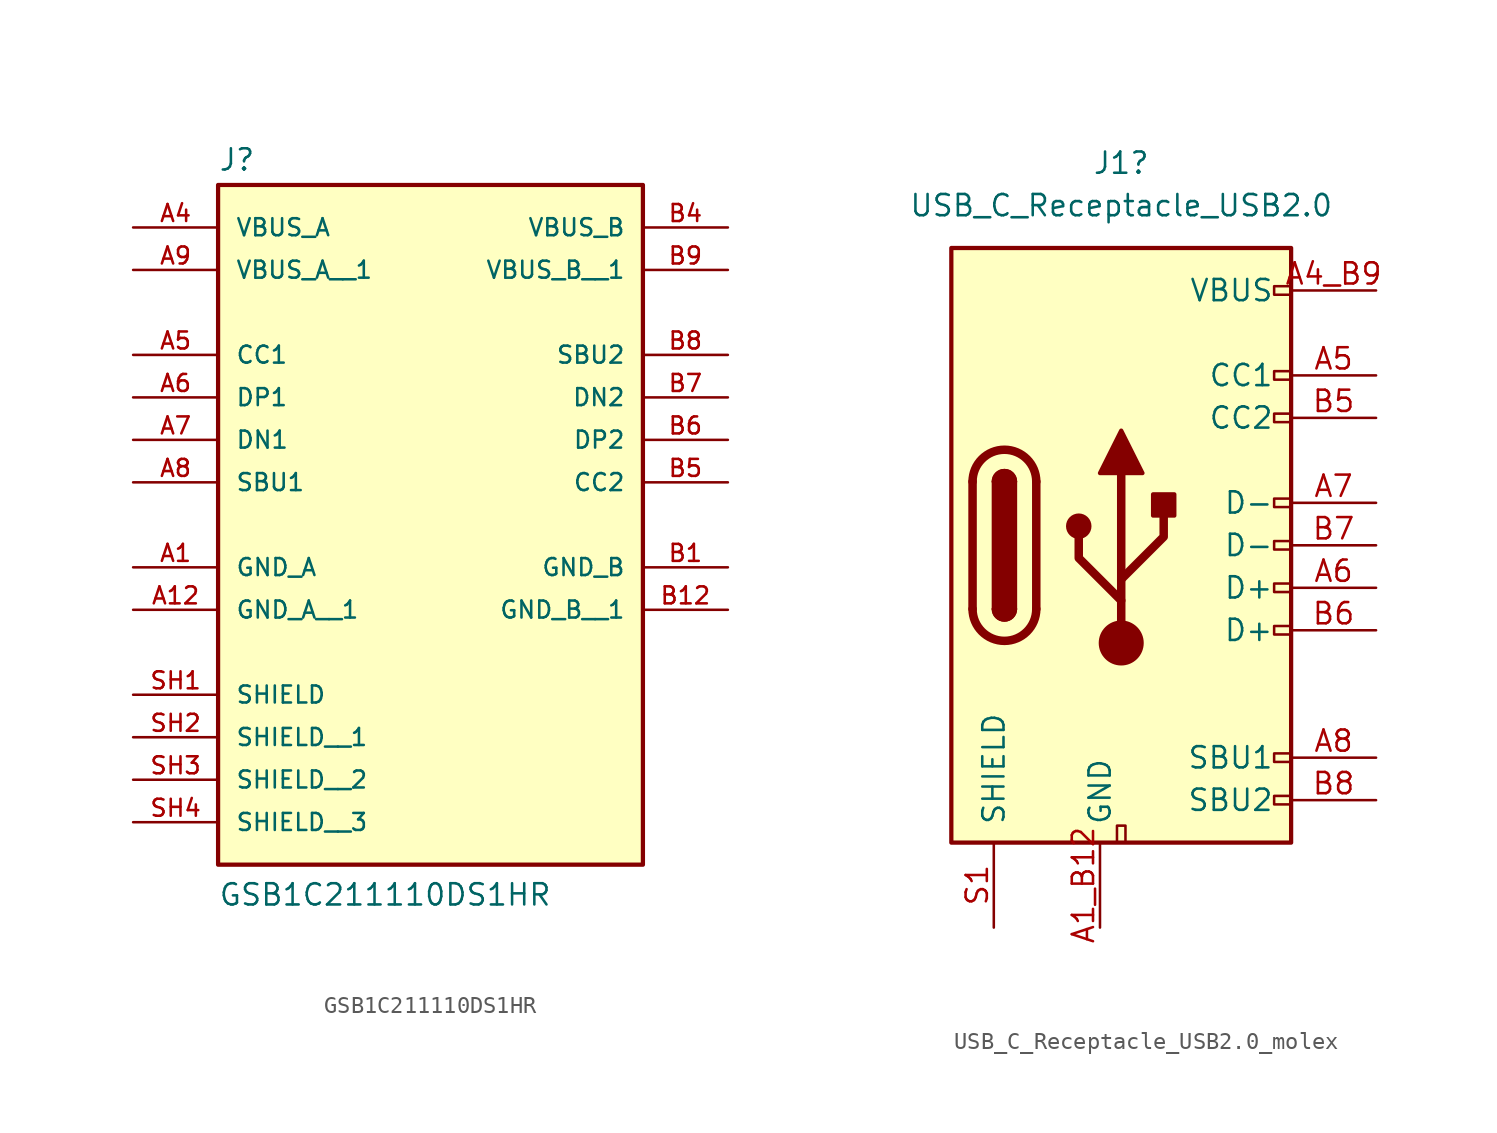
<source format=kicad_sym>
(kicad_symbol_lib
  (version 20220914)
  (generator kicad_symbol_editor)
  (symbol "GSB1C211110DS1HR"
    (pin_names
      (offset 1.016))
    (property "Reference" "J"
      (at -12.7 13.462 0)
      (effects (font (size 1.27 1.27)) (justify left bottom)))
    (property "Value" "GSB1C211110DS1HR"
      (at -12.7 -30.48 0)
      (effects (font (size 1.27 1.27)) (justify left bottom)))
    (symbol "GSB1C211110DS1HR_0_0"
      (rectangle (start -12.7 -27.94) (end 12.7 12.7) (stroke (width 0.254) (type default)) (fill (type background)))
      (pin power_in line (at -17.78 -10.16 0) (length 5.08) (name "GND_A" (effects (font (size 1.016 1.016)))) (number "A1" (effects (font (size 1.016 1.016)))))
      (pin power_in line (at -17.78 -12.7 0) (length 5.08) (name "GND_A__1" (effects (font (size 1.016 1.016)))) (number "A12" (effects (font (size 1.016 1.016)))))
      (pin power_in line (at -17.78 10.16 0) (length 5.08) (name "VBUS_A" (effects (font (size 1.016 1.016)))) (number "A4" (effects (font (size 1.016 1.016)))))
      (pin bidirectional line (at -17.78 2.54 0) (length 5.08) (name "CC1" (effects (font (size 1.016 1.016)))) (number "A5" (effects (font (size 1.016 1.016)))))
      (pin bidirectional line (at -17.78 0 0) (length 5.08) (name "DP1" (effects (font (size 1.016 1.016)))) (number "A6" (effects (font (size 1.016 1.016)))))
      (pin bidirectional line (at -17.78 -2.54 0) (length 5.08) (name "DN1" (effects (font (size 1.016 1.016)))) (number "A7" (effects (font (size 1.016 1.016)))))
      (pin bidirectional line (at -17.78 -5.08 0) (length 5.08) (name "SBU1" (effects (font (size 1.016 1.016)))) (number "A8" (effects (font (size 1.016 1.016)))))
      (pin power_in line (at -17.78 7.62 0) (length 5.08) (name "VBUS_A__1" (effects (font (size 1.016 1.016)))) (number "A9" (effects (font (size 1.016 1.016)))))
      (pin power_in line (at 17.78 -10.16 180) (length 5.08) (name "GND_B" (effects (font (size 1.016 1.016)))) (number "B1" (effects (font (size 1.016 1.016)))))
      (pin power_in line (at 17.78 -12.7 180) (length 5.08) (name "GND_B__1" (effects (font (size 1.016 1.016)))) (number "B12" (effects (font (size 1.016 1.016)))))
      (pin power_in line (at 17.78 10.16 180) (length 5.08) (name "VBUS_B" (effects (font (size 1.016 1.016)))) (number "B4" (effects (font (size 1.016 1.016)))))
      (pin bidirectional line (at 17.78 -5.08 180) (length 5.08) (name "CC2" (effects (font (size 1.016 1.016)))) (number "B5" (effects (font (size 1.016 1.016)))))
      (pin bidirectional line (at 17.78 -2.54 180) (length 5.08) (name "DP2" (effects (font (size 1.016 1.016)))) (number "B6" (effects (font (size 1.016 1.016)))))
      (pin bidirectional line (at 17.78 0 180) (length 5.08) (name "DN2" (effects (font (size 1.016 1.016)))) (number "B7" (effects (font (size 1.016 1.016)))))
      (pin bidirectional line (at 17.78 2.54 180) (length 5.08) (name "SBU2" (effects (font (size 1.016 1.016)))) (number "B8" (effects (font (size 1.016 1.016)))))
      (pin power_in line (at 17.78 7.62 180) (length 5.08) (name "VBUS_B__1" (effects (font (size 1.016 1.016)))) (number "B9" (effects (font (size 1.016 1.016)))))
      (pin passive line (at -17.78 -17.78 0) (length 5.08) (name "SHIELD" (effects (font (size 1.016 1.016)))) (number "SH1" (effects (font (size 1.016 1.016)))))
      (pin passive line (at -17.78 -20.32 0) (length 5.08) (name "SHIELD__1" (effects (font (size 1.016 1.016)))) (number "SH2" (effects (font (size 1.016 1.016)))))
      (pin passive line (at -17.78 -22.86 0) (length 5.08) (name "SHIELD__2" (effects (font (size 1.016 1.016)))) (number "SH3" (effects (font (size 1.016 1.016)))))
      (pin passive line (at -17.78 -25.4 0) (length 5.08) (name "SHIELD__3" (effects (font (size 1.016 1.016)))) (number "SH4" (effects (font (size 1.016 1.016)))))))
  (symbol "USB_C_Receptacle_USB2.0_molex"
    (pin_names
      (offset 1.016))
    (property "Reference" "J1"
      (at 0 22.86 0)
      (effects (font (size 1.27 1.27))))
    (property "Value" "USB_C_Receptacle_USB2.0"
      (at 0 20.32 0)
      (effects (font (size 1.27 1.27))))
    (symbol "USB_C_Receptacle_USB2.0_molex_0_0"
      (rectangle (start -0.254 -17.78) (end 0.254 -16.764) (stroke (width 0) (type default)) (fill (type none)))
      (rectangle (start 10.16 -14.986) (end 9.144 -15.494) (stroke (width 0) (type default)) (fill (type none)))
      (rectangle (start 10.16 -12.446) (end 9.144 -12.954) (stroke (width 0) (type default)) (fill (type none)))
      (rectangle (start 10.16 -4.826) (end 9.144 -5.334) (stroke (width 0) (type default)) (fill (type none)))
      (rectangle (start 10.16 -2.286) (end 9.144 -2.794) (stroke (width 0) (type default)) (fill (type none)))
      (rectangle (start 10.16 0.254) (end 9.144 -0.254) (stroke (width 0) (type default)) (fill (type none)))
      (rectangle (start 10.16 2.794) (end 9.144 2.286) (stroke (width 0) (type default)) (fill (type none)))
      (rectangle (start 10.16 7.874) (end 9.144 7.366) (stroke (width 0) (type default)) (fill (type none)))
      (rectangle (start 10.16 10.414) (end 9.144 9.906) (stroke (width 0) (type default)) (fill (type none)))
      (rectangle (start 10.16 15.494) (end 9.144 14.986) (stroke (width 0) (type default)) (fill (type none))))
    (symbol "USB_C_Receptacle_USB2.0_molex_0_1"
      (rectangle (start -10.16 17.78) (end 10.16 -17.78) (stroke (width 0.254) (type default)) (fill (type background)))
      (arc (start -8.89 -3.81) (mid -6.985 -5.7067) (end -5.08 -3.81) (stroke (width 0.508) (type default)) (fill (type none)))
      (arc (start -7.62 -3.81) (mid -6.985 -4.4423) (end -6.35 -3.81) (stroke (width 0.254) (type default)) (fill (type none)))
      (arc (start -7.62 -3.81) (mid -6.985 -4.4423) (end -6.35 -3.81) (stroke (width 0.254) (type default)) (fill (type outline)))
      (rectangle (start -7.62 -3.81) (end -6.35 3.81) (stroke (width 0.254) (type default)) (fill (type outline)))
      (arc (start -6.35 3.81) (mid -6.985 4.4423) (end -7.62 3.81) (stroke (width 0.254) (type default)) (fill (type none)))
      (arc (start -6.35 3.81) (mid -6.985 4.4423) (end -7.62 3.81) (stroke (width 0.254) (type default)) (fill (type outline)))
      (arc (start -5.08 3.81) (mid -6.985 5.7067) (end -8.89 3.81) (stroke (width 0.508) (type default)) (fill (type none)))
      (circle (center -2.54 1.143) (radius 0.635) (stroke (width 0.254) (type default)) (fill (type outline)))
      (circle (center 0 -5.842) (radius 1.27) (stroke (width 0) (type default)) (fill (type outline)))
      (polyline (pts (xy -8.89 -3.81) (xy -8.89 3.81)) (stroke (width 0.508) (type default)) (fill (type none)))
      (polyline (pts (xy -5.08 3.81) (xy -5.08 -3.81)) (stroke (width 0.508) (type default)) (fill (type none)))
      (polyline (pts (xy 0 -5.842) (xy 0 4.318)) (stroke (width 0.508) (type default)) (fill (type none)))
      (polyline (pts (xy 0 -3.302) (xy -2.54 -0.762) (xy -2.54 0.508)) (stroke (width 0.508) (type default)) (fill (type none)))
      (polyline (pts (xy 0 -2.032) (xy 2.54 0.508) (xy 2.54 1.778)) (stroke (width 0.508) (type default)) (fill (type none)))
      (polyline (pts (xy -1.27 4.318) (xy 0 6.858) (xy 1.27 4.318) (xy -1.27 4.318)) (stroke (width 0.254) (type default)) (fill (type outline)))
      (rectangle (start 1.905 1.778) (end 3.175 3.048) (stroke (width 0.254) (type default)) (fill (type outline))))
    (symbol "USB_C_Receptacle_USB2.0_molex_1_1"
      (pin passive line (at -1.27 -22.86 90) (length 5.08) (name "GND" (effects (font (size 1.27 1.27)))) (number "A1_B12" (effects (font (size 1.27 1.27)))))
      (pin passive line (at 15.24 15.24 180) (length 5.08) (name "VBUS" (effects (font (size 1.27 1.27)))) (number "A4_B9" (effects (font (size 1.27 1.27)))))
      (pin bidirectional line (at 15.24 10.16 180) (length 5.08) (name "CC1" (effects (font (size 1.27 1.27)))) (number "A5" (effects (font (size 1.27 1.27)))))
      (pin bidirectional line (at 15.24 -2.54 180) (length 5.08) (name "D+" (effects (font (size 1.27 1.27)))) (number "A6" (effects (font (size 1.27 1.27)))))
      (pin bidirectional line (at 15.24 2.54 180) (length 5.08) (name "D-" (effects (font (size 1.27 1.27)))) (number "A7" (effects (font (size 1.27 1.27)))))
      (pin bidirectional line (at 15.24 -12.7 180) (length 5.08) (name "SBU1" (effects (font (size 1.27 1.27)))) (number "A8" (effects (font (size 1.27 1.27)))))
      (pin passive line (at 2.54 -22.86 90) (length 5.08) hide (name "GND" (effects (font (size 1.27 1.27)))) (number "B1_A12" (effects (font (size 1.27 1.27)))))
      (pin passive line (at 15.24 12.7 180) (length 5.08) hide (name "VBUS" (effects (font (size 1.27 1.27)))) (number "B4_A9" (effects (font (size 1.27 1.27)))))
      (pin bidirectional line (at 15.24 7.62 180) (length 5.08) (name "CC2" (effects (font (size 1.27 1.27)))) (number "B5" (effects (font (size 1.27 1.27)))))
      (pin bidirectional line (at 15.24 -5.08 180) (length 5.08) (name "D+" (effects (font (size 1.27 1.27)))) (number "B6" (effects (font (size 1.27 1.27)))))
      (pin bidirectional line (at 15.24 0 180) (length 5.08) (name "D-" (effects (font (size 1.27 1.27)))) (number "B7" (effects (font (size 1.27 1.27)))))
      (pin bidirectional line (at 15.24 -15.24 180) (length 5.08) (name "SBU2" (effects (font (size 1.27 1.27)))) (number "B8" (effects (font (size 1.27 1.27)))))
      (pin passive line (at -7.62 -22.86 90) (length 5.08) (name "SHIELD" (effects (font (size 1.27 1.27)))) (number "S1" (effects (font (size 1.27 1.27))))))))
</source>
